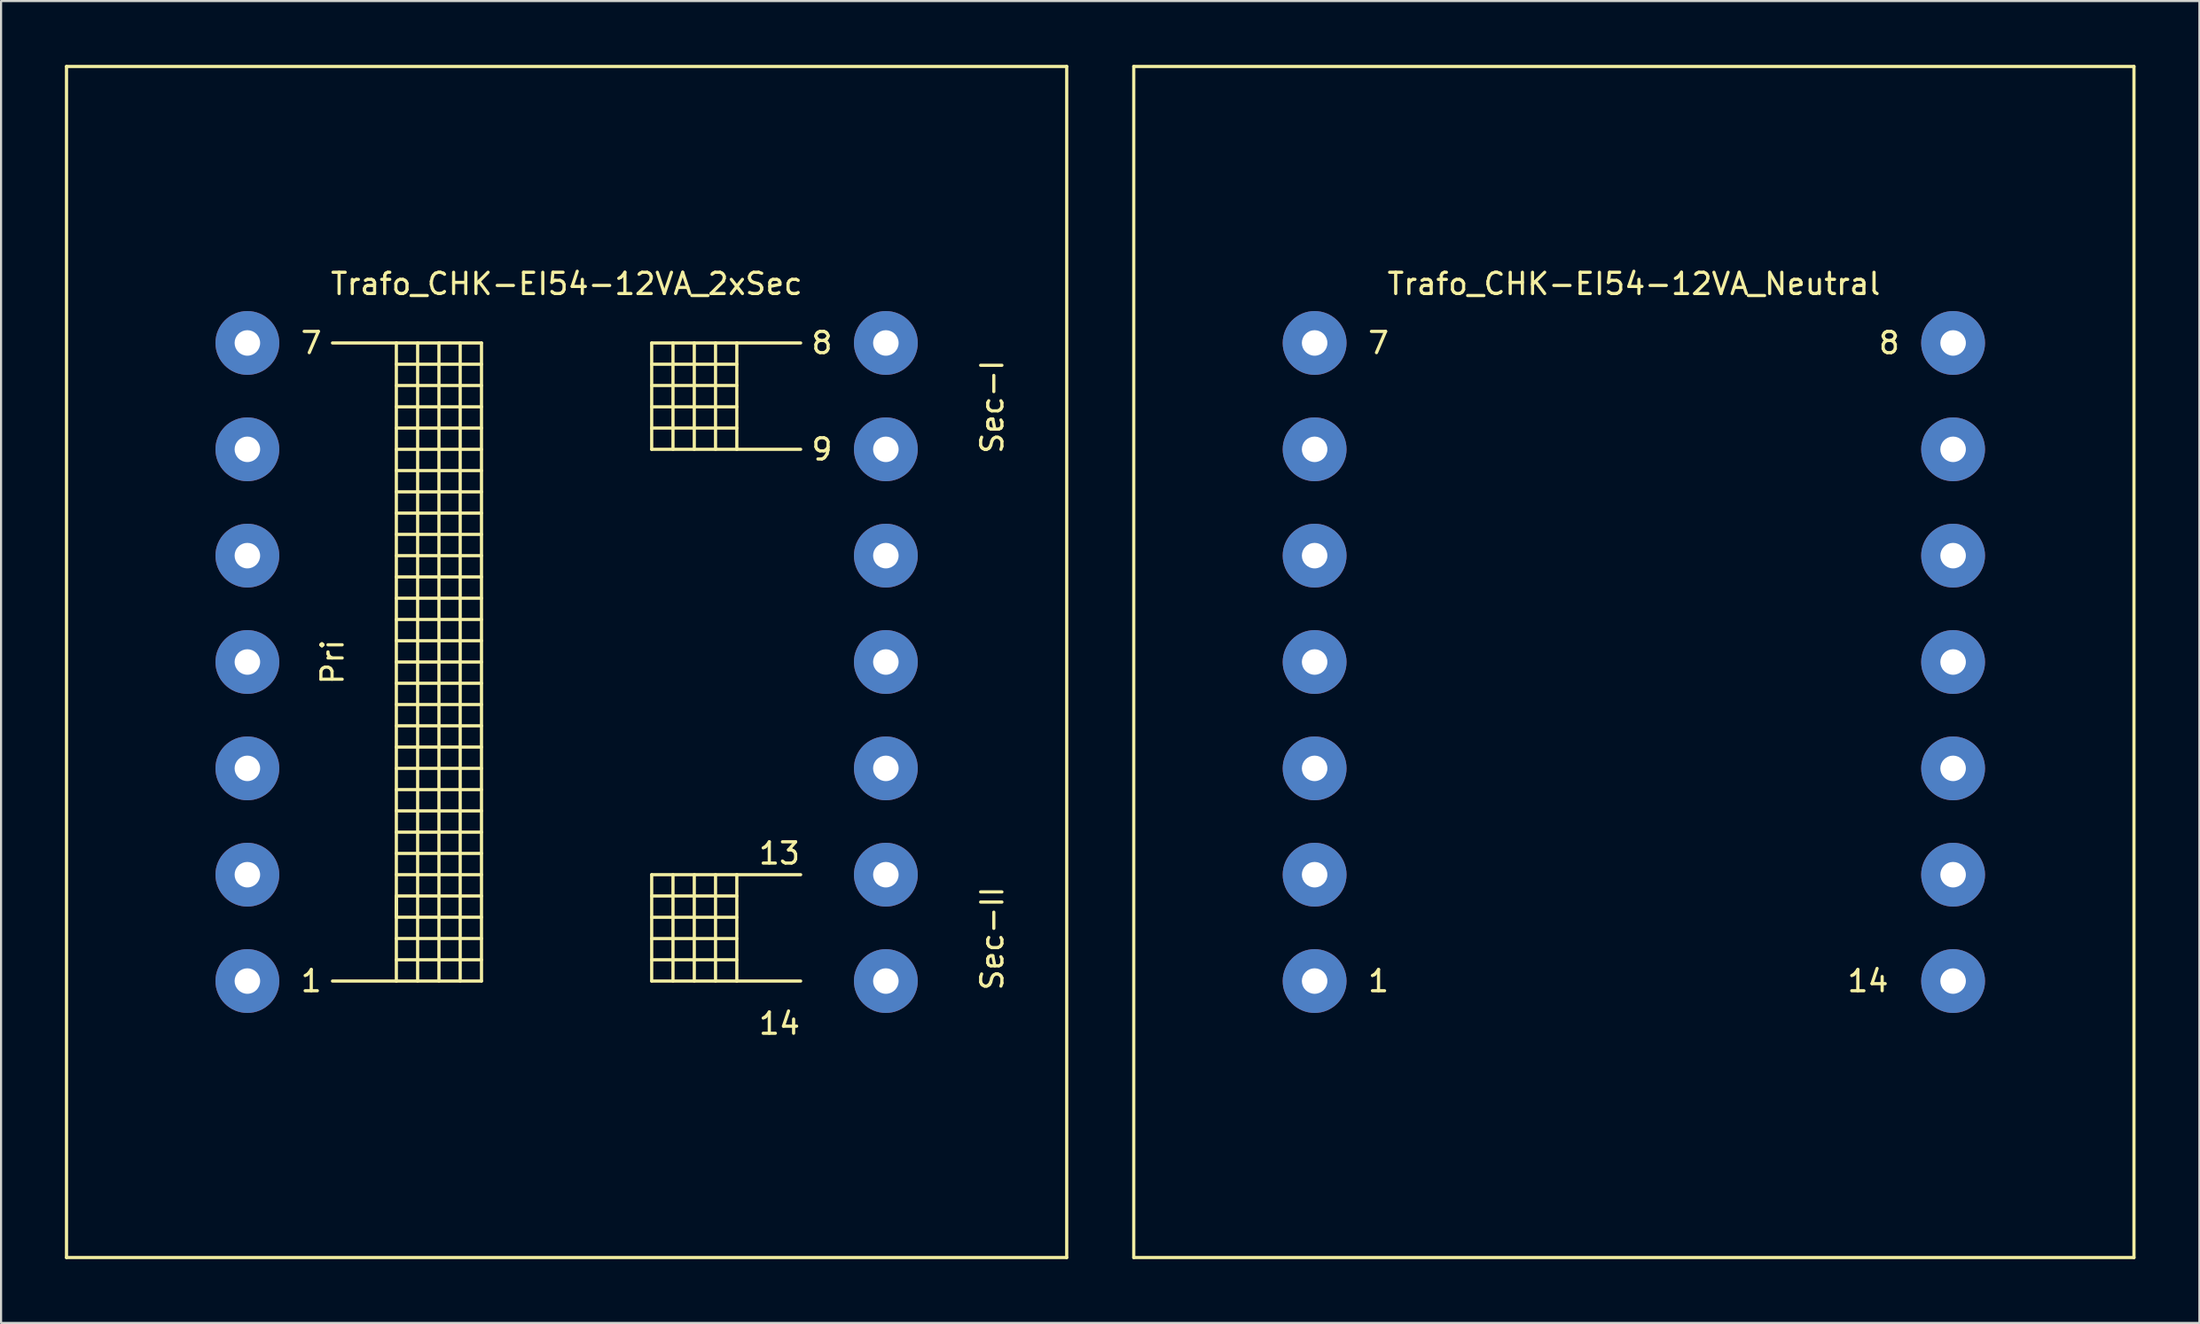
<source format=kicad_pcb>
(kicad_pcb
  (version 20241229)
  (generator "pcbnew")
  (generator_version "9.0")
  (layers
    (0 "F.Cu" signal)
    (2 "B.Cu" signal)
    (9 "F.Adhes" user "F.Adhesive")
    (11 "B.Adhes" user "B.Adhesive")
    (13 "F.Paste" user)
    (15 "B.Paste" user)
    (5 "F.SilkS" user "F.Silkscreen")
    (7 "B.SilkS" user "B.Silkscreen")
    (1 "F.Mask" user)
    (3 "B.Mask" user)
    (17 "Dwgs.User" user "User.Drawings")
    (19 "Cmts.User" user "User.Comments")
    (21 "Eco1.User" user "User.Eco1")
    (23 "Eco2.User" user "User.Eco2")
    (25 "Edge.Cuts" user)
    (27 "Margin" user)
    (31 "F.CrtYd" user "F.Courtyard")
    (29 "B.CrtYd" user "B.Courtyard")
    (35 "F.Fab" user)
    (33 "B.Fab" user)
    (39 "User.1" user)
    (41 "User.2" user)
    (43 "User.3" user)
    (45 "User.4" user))
  (footprint "Trafo_CHK-EI54-12VA_2xSec"
    (layer "F.Cu")
    (at 23.575 28.076)
    (property "Reference" "Trafo_CHK-EI54-12VA_2xSec" (at 0 -17.78 0) (layer "F.SilkS") (effects (font (size 1 1) (thickness 0.15))))
    (attr through_hole)
    (fp_line (start -23.5 -28.001) (end -23.5 28.001) (stroke (width 0.15) (type solid)) (layer "F.SilkS"))
    (fp_line (start -23.5 28.001) (end 23.5 28.001) (stroke (width 0.15) (type solid)) (layer "F.SilkS"))
    (fp_line (start -11.001 -15.001) (end -8.001 -15.001) (stroke (width 0.15) (type solid)) (layer "F.SilkS"))
    (fp_line (start -8.001 -15.001) (end -8.001 15.001) (stroke (width 0.15) (type solid)) (layer "F.SilkS"))
    (fp_line (start -8.001 -15.001) (end -4 -15.001) (stroke (width 0.15) (type solid)) (layer "F.SilkS"))
    (fp_line (start -8.001 -14) (end -4 -14) (stroke (width 0.15) (type solid)) (layer "F.SilkS"))
    (fp_line (start -8.001 -11.999) (end -4 -11.999) (stroke (width 0.15) (type solid)) (layer "F.SilkS"))
    (fp_line (start -8.001 -10) (end -4 -10) (stroke (width 0.15) (type solid)) (layer "F.SilkS"))
    (fp_line (start -8.001 -8.001) (end -4 -8.001) (stroke (width 0.15) (type solid)) (layer "F.SilkS"))
    (fp_line (start -8.001 -5.999) (end -4 -5.999) (stroke (width 0.15) (type solid)) (layer "F.SilkS"))
    (fp_line (start -8.001 -4) (end -4 -4) (stroke (width 0.15) (type solid)) (layer "F.SilkS"))
    (fp_line (start -8.001 -1.999) (end -4 -1.999) (stroke (width 0.15) (type solid)) (layer "F.SilkS"))
    (fp_line (start -8.001 0) (end -4 0) (stroke (width 0.15) (type solid)) (layer "F.SilkS"))
    (fp_line (start -8.001 1.999) (end -4 1.999) (stroke (width 0.15) (type solid)) (layer "F.SilkS"))
    (fp_line (start -8.001 4) (end -4 4) (stroke (width 0.15) (type solid)) (layer "F.SilkS"))
    (fp_line (start -8.001 5.999) (end -4 5.999) (stroke (width 0.15) (type solid)) (layer "F.SilkS"))
    (fp_line (start -8.001 8.001) (end -4 8.001) (stroke (width 0.15) (type solid)) (layer "F.SilkS"))
    (fp_line (start -8.001 10) (end -4 10) (stroke (width 0.15) (type solid)) (layer "F.SilkS"))
    (fp_line (start -8.001 11.001) (end -8.001 11.999) (stroke (width 0.15) (type solid)) (layer "F.SilkS"))
    (fp_line (start -8.001 11.999) (end -4 11.999) (stroke (width 0.15) (type solid)) (layer "F.SilkS"))
    (fp_line (start -8.001 14) (end -4 14) (stroke (width 0.15) (type solid)) (layer "F.SilkS"))
    (fp_line (start -8.001 15.001) (end -11.001 15.001) (stroke (width 0.15) (type solid)) (layer "F.SilkS"))
    (fp_line (start -7 -15.001) (end -7 15.001) (stroke (width 0.15) (type solid)) (layer "F.SilkS"))
    (fp_line (start -5.999 -15.001) (end -5.999 15.001) (stroke (width 0.15) (type solid)) (layer "F.SilkS"))
    (fp_line (start -5.001 3) (end -8.001 3) (stroke (width 0.15) (type solid)) (layer "F.SilkS"))
    (fp_line (start -5.001 3) (end -4 3) (stroke (width 0.15) (type solid)) (layer "F.SilkS"))
    (fp_line (start -5.001 15.001) (end -5.001 -15.001) (stroke (width 0.15) (type solid)) (layer "F.SilkS"))
    (fp_line (start -4 -15.001) (end -4 15.001) (stroke (width 0.15) (type solid)) (layer "F.SilkS"))
    (fp_line (start -4 -13) (end -8.001 -13) (stroke (width 0.15) (type solid)) (layer "F.SilkS"))
    (fp_line (start -4 -11.001) (end -8.001 -11.001) (stroke (width 0.15) (type solid)) (layer "F.SilkS"))
    (fp_line (start -4 -8.999) (end -8.001 -8.999) (stroke (width 0.15) (type solid)) (layer "F.SilkS"))
    (fp_line (start -4 -7) (end -8.001 -7) (stroke (width 0.15) (type solid)) (layer "F.SilkS"))
    (fp_line (start -4 -5.001) (end -8.001 -5.001) (stroke (width 0.15) (type solid)) (layer "F.SilkS"))
    (fp_line (start -4 -3) (end -8.001 -3) (stroke (width 0.15) (type solid)) (layer "F.SilkS"))
    (fp_line (start -4 -1.001) (end -8.001 -1.001) (stroke (width 0.15) (type solid)) (layer "F.SilkS"))
    (fp_line (start -4 1.001) (end -8.001 1.001) (stroke (width 0.15) (type solid)) (layer "F.SilkS"))
    (fp_line (start -4 5.001) (end -8.001 5.001) (stroke (width 0.15) (type solid)) (layer "F.SilkS"))
    (fp_line (start -4 7) (end -8.001 7) (stroke (width 0.15) (type solid)) (layer "F.SilkS"))
    (fp_line (start -4 8.999) (end -8.001 8.999) (stroke (width 0.15) (type solid)) (layer "F.SilkS"))
    (fp_line (start -4 11.001) (end -8.001 11.001) (stroke (width 0.15) (type solid)) (layer "F.SilkS"))
    (fp_line (start -4 13) (end -8.001 13) (stroke (width 0.15) (type solid)) (layer "F.SilkS"))
    (fp_line (start -4 15.001) (end -8.001 15.001) (stroke (width 0.15) (type solid)) (layer "F.SilkS"))
    (fp_line (start 3.998 -15.001) (end 3.998 -10) (stroke (width 0.15) (type solid)) (layer "F.SilkS"))
    (fp_line (start 3.998 -14) (end 7.998 -14) (stroke (width 0.15) (type solid)) (layer "F.SilkS"))
    (fp_line (start 3.998 -11.999) (end 7.998 -11.999) (stroke (width 0.15) (type solid)) (layer "F.SilkS"))
    (fp_line (start 3.998 -10) (end 7.998 -10) (stroke (width 0.15) (type solid)) (layer "F.SilkS"))
    (fp_line (start 3.998 10) (end 3.998 15.001) (stroke (width 0.15) (type solid)) (layer "F.SilkS"))
    (fp_line (start 3.998 11.001) (end 7.998 11.001) (stroke (width 0.15) (type solid)) (layer "F.SilkS"))
    (fp_line (start 3.998 13.002) (end 7.998 13.002) (stroke (width 0.15) (type solid)) (layer "F.SilkS"))
    (fp_line (start 3.998 15.001) (end 7.998 15.001) (stroke (width 0.15) (type solid)) (layer "F.SilkS"))
    (fp_line (start 4.999 -15.001) (end 4.999 -10) (stroke (width 0.15) (type solid)) (layer "F.SilkS"))
    (fp_line (start 4.999 10) (end 4.999 15.001) (stroke (width 0.15) (type solid)) (layer "F.SilkS"))
    (fp_line (start 5.999 -15.001) (end 5.999 -10) (stroke (width 0.15) (type solid)) (layer "F.SilkS"))
    (fp_line (start 5.999 10) (end 5.999 15.001) (stroke (width 0.15) (type solid)) (layer "F.SilkS"))
    (fp_line (start 6.998 -15.001) (end 6.998 -10) (stroke (width 0.15) (type solid)) (layer "F.SilkS"))
    (fp_line (start 6.998 10) (end 6.998 15.001) (stroke (width 0.15) (type solid)) (layer "F.SilkS"))
    (fp_line (start 7.998 -15.001) (end 3.998 -15.001) (stroke (width 0.15) (type solid)) (layer "F.SilkS"))
    (fp_line (start 7.998 -15.001) (end 7.998 -10) (stroke (width 0.15) (type solid)) (layer "F.SilkS"))
    (fp_line (start 7.998 -13) (end 3.998 -13) (stroke (width 0.15) (type solid)) (layer "F.SilkS"))
    (fp_line (start 7.998 -11.001) (end 3.998 -11.001) (stroke (width 0.15) (type solid)) (layer "F.SilkS"))
    (fp_line (start 7.998 -10) (end 10.998 -10) (stroke (width 0.15) (type solid)) (layer "F.SilkS"))
    (fp_line (start 7.998 10) (end 3.998 10) (stroke (width 0.15) (type solid)) (layer "F.SilkS"))
    (fp_line (start 7.998 10) (end 7.998 15.001) (stroke (width 0.15) (type solid)) (layer "F.SilkS"))
    (fp_line (start 7.998 12.002) (end 3.998 12.002) (stroke (width 0.15) (type solid)) (layer "F.SilkS"))
    (fp_line (start 7.998 14) (end 3.998 14) (stroke (width 0.15) (type solid)) (layer "F.SilkS"))
    (fp_line (start 7.998 15.001) (end 10.998 15.001) (stroke (width 0.15) (type solid)) (layer "F.SilkS"))
    (fp_line (start 10.998 -15.001) (end 7.998 -15.001) (stroke (width 0.15) (type solid)) (layer "F.SilkS"))
    (fp_line (start 10.998 10) (end 7.998 10) (stroke (width 0.15) (type solid)) (layer "F.SilkS"))
    (fp_line (start 23.5 -28.001) (end -23.5 -28.001) (stroke (width 0.15) (type solid)) (layer "F.SilkS"))
    (fp_line (start 23.5 28.001) (end 23.5 -28.001) (stroke (width 0.15) (type solid)) (layer "F.SilkS"))
    (fp_text user "13" (at 10 8.999 0) (layer "F.SilkS") (effects (font (size 1 1) (thickness 0.15))))
    (fp_text user "8" (at 11.999 -15.001 0) (layer "F.SilkS") (effects (font (size 1 1) (thickness 0.15))))
    (fp_text user "Sec-I" (at 20 -11.999 90) (layer "F.SilkS") (effects (font (size 1 1) (thickness 0.15))))
    (fp_text user "1" (at -11.999 15.001 0) (layer "F.SilkS") (effects (font (size 1 1) (thickness 0.15))))
    (fp_text user "14" (at 10 17 0) (layer "F.SilkS") (effects (font (size 1 1) (thickness 0.15))))
    (fp_text user "7" (at -11.999 -15.001 0) (layer "F.SilkS") (effects (font (size 1 1) (thickness 0.15))))
    (fp_text user "Pri" (at -11.001 0 90) (layer "F.SilkS") (effects (font (size 1 1) (thickness 0.15))))
    (fp_text user "9" (at 11.999 -10 0) (layer "F.SilkS") (effects (font (size 1 1) (thickness 0.15))))
    (fp_text user "Sec-II" (at 20 13 90) (layer "F.SilkS") (effects (font (size 1 1) (thickness 0.15))))
    (pad "1" thru_hole circle (at -15.001 15.001) (size 3 3) (drill 1.199) (layers "*.Cu" "*.Mask"))
    (pad "2" thru_hole circle (at -15.001 10) (size 3 3) (drill 1.199) (layers "*.Cu" "*.Mask"))
    (pad "3" thru_hole circle (at -15.001 5.001) (size 3 3) (drill 1.199) (layers "*.Cu" "*.Mask"))
    (pad "4" thru_hole circle (at -15.001 0) (size 3 3) (drill 1.199) (layers "*.Cu" "*.Mask"))
    (pad "5" thru_hole circle (at -15.001 -5.001) (size 3 3) (drill 1.199) (layers "*.Cu" "*.Mask"))
    (pad "6" thru_hole circle (at -15.001 -10) (size 3 3) (drill 1.199) (layers "*.Cu" "*.Mask"))
    (pad "7" thru_hole circle (at -15.001 -15.001) (size 3 3) (drill 1.199) (layers "*.Cu" "*.Mask"))
    (pad "8" thru_hole circle (at 15.001 -15.001) (size 3 3) (drill 1.199) (layers "*.Cu" "*.Mask"))
    (pad "9" thru_hole circle (at 15.001 -10) (size 3 3) (drill 1.199) (layers "*.Cu" "*.Mask"))
    (pad "10" thru_hole circle (at 15.001 -5.001) (size 3 3) (drill 1.199) (layers "*.Cu" "*.Mask"))
    (pad "11" thru_hole circle (at 15.001 0) (size 3 3) (drill 1.199) (layers "*.Cu" "*.Mask"))
    (pad "12" thru_hole circle (at 15.001 5.001) (size 3 3) (drill 1.199) (layers "*.Cu" "*.Mask"))
    (pad "13" thru_hole circle (at 15.001 10) (size 3 3) (drill 1.199) (layers "*.Cu" "*.Mask"))
    (pad "14" thru_hole circle (at 15.001 15.001) (size 3 3) (drill 1.199) (layers "*.Cu" "*.Mask")))
  (footprint "Trafo_CHK-EI54-12VA_Neutral"
    (layer "F.Cu")
    (at 73.725 28.076)
    (property "Reference" "Trafo_CHK-EI54-12VA_Neutral" (at 0 -17.78 0) (layer "F.SilkS") (effects (font (size 1 1) (thickness 0.15))))
    (attr through_hole)
    (fp_line (start -23.5 -28.001) (end -23.5 28.001) (stroke (width 0.15) (type solid)) (layer "F.SilkS"))
    (fp_line (start -23.5 28.001) (end 23.5 28.001) (stroke (width 0.15) (type solid)) (layer "F.SilkS"))
    (fp_line (start 23.5 -28.001) (end -23.5 -28.001) (stroke (width 0.15) (type solid)) (layer "F.SilkS"))
    (fp_line (start 23.5 28.001) (end 23.5 -28.001) (stroke (width 0.15) (type solid)) (layer "F.SilkS"))
    (fp_text user "1" (at -11.999 15.001 0) (layer "F.SilkS") (effects (font (size 1 1) (thickness 0.15))))
    (fp_text user "8" (at 11.999 -15.001 0) (layer "F.SilkS") (effects (font (size 1 1) (thickness 0.15))))
    (fp_text user "14" (at 11.001 15.001 0) (layer "F.SilkS") (effects (font (size 1 1) (thickness 0.15))))
    (fp_text user "7" (at -11.999 -15.001 0) (layer "F.SilkS") (effects (font (size 1 1) (thickness 0.15))))
    (pad "1" thru_hole circle (at -15.001 15.001) (size 3 3) (drill 1.199) (layers "*.Cu" "*.Mask"))
    (pad "2" thru_hole circle (at -15.001 10) (size 3 3) (drill 1.199) (layers "*.Cu" "*.Mask"))
    (pad "3" thru_hole circle (at -15.001 5.001) (size 3 3) (drill 1.199) (layers "*.Cu" "*.Mask"))
    (pad "4" thru_hole circle (at -15.001 0) (size 3 3) (drill 1.199) (layers "*.Cu" "*.Mask"))
    (pad "5" thru_hole circle (at -15.001 -5.001) (size 3 3) (drill 1.199) (layers "*.Cu" "*.Mask"))
    (pad "6" thru_hole circle (at -15.001 -10) (size 3 3) (drill 1.199) (layers "*.Cu" "*.Mask"))
    (pad "7" thru_hole circle (at -15.001 -15.001) (size 3 3) (drill 1.199) (layers "*.Cu" "*.Mask"))
    (pad "8" thru_hole circle (at 15.001 -15.001) (size 3 3) (drill 1.199) (layers "*.Cu" "*.Mask"))
    (pad "9" thru_hole circle (at 15.001 -10) (size 3 3) (drill 1.199) (layers "*.Cu" "*.Mask"))
    (pad "10" thru_hole circle (at 15.001 -5.001) (size 3 3) (drill 1.199) (layers "*.Cu" "*.Mask"))
    (pad "11" thru_hole circle (at 15.001 0) (size 3 3) (drill 1.199) (layers "*.Cu" "*.Mask"))
    (pad "12" thru_hole circle (at 15.001 5.001) (size 3 3) (drill 1.199) (layers "*.Cu" "*.Mask"))
    (pad "13" thru_hole circle (at 15.001 10) (size 3 3) (drill 1.199) (layers "*.Cu" "*.Mask"))
    (pad "14" thru_hole circle (at 15.001 15.001) (size 3 3) (drill 1.199) (layers "*.Cu" "*.Mask")))
  (gr_rect
    (start -3 -3)
    (end 100.3 59.152)
    (stroke (width 0.1) (type default))
    (fill no)
    (layer "Edge.Cuts")))
</source>
